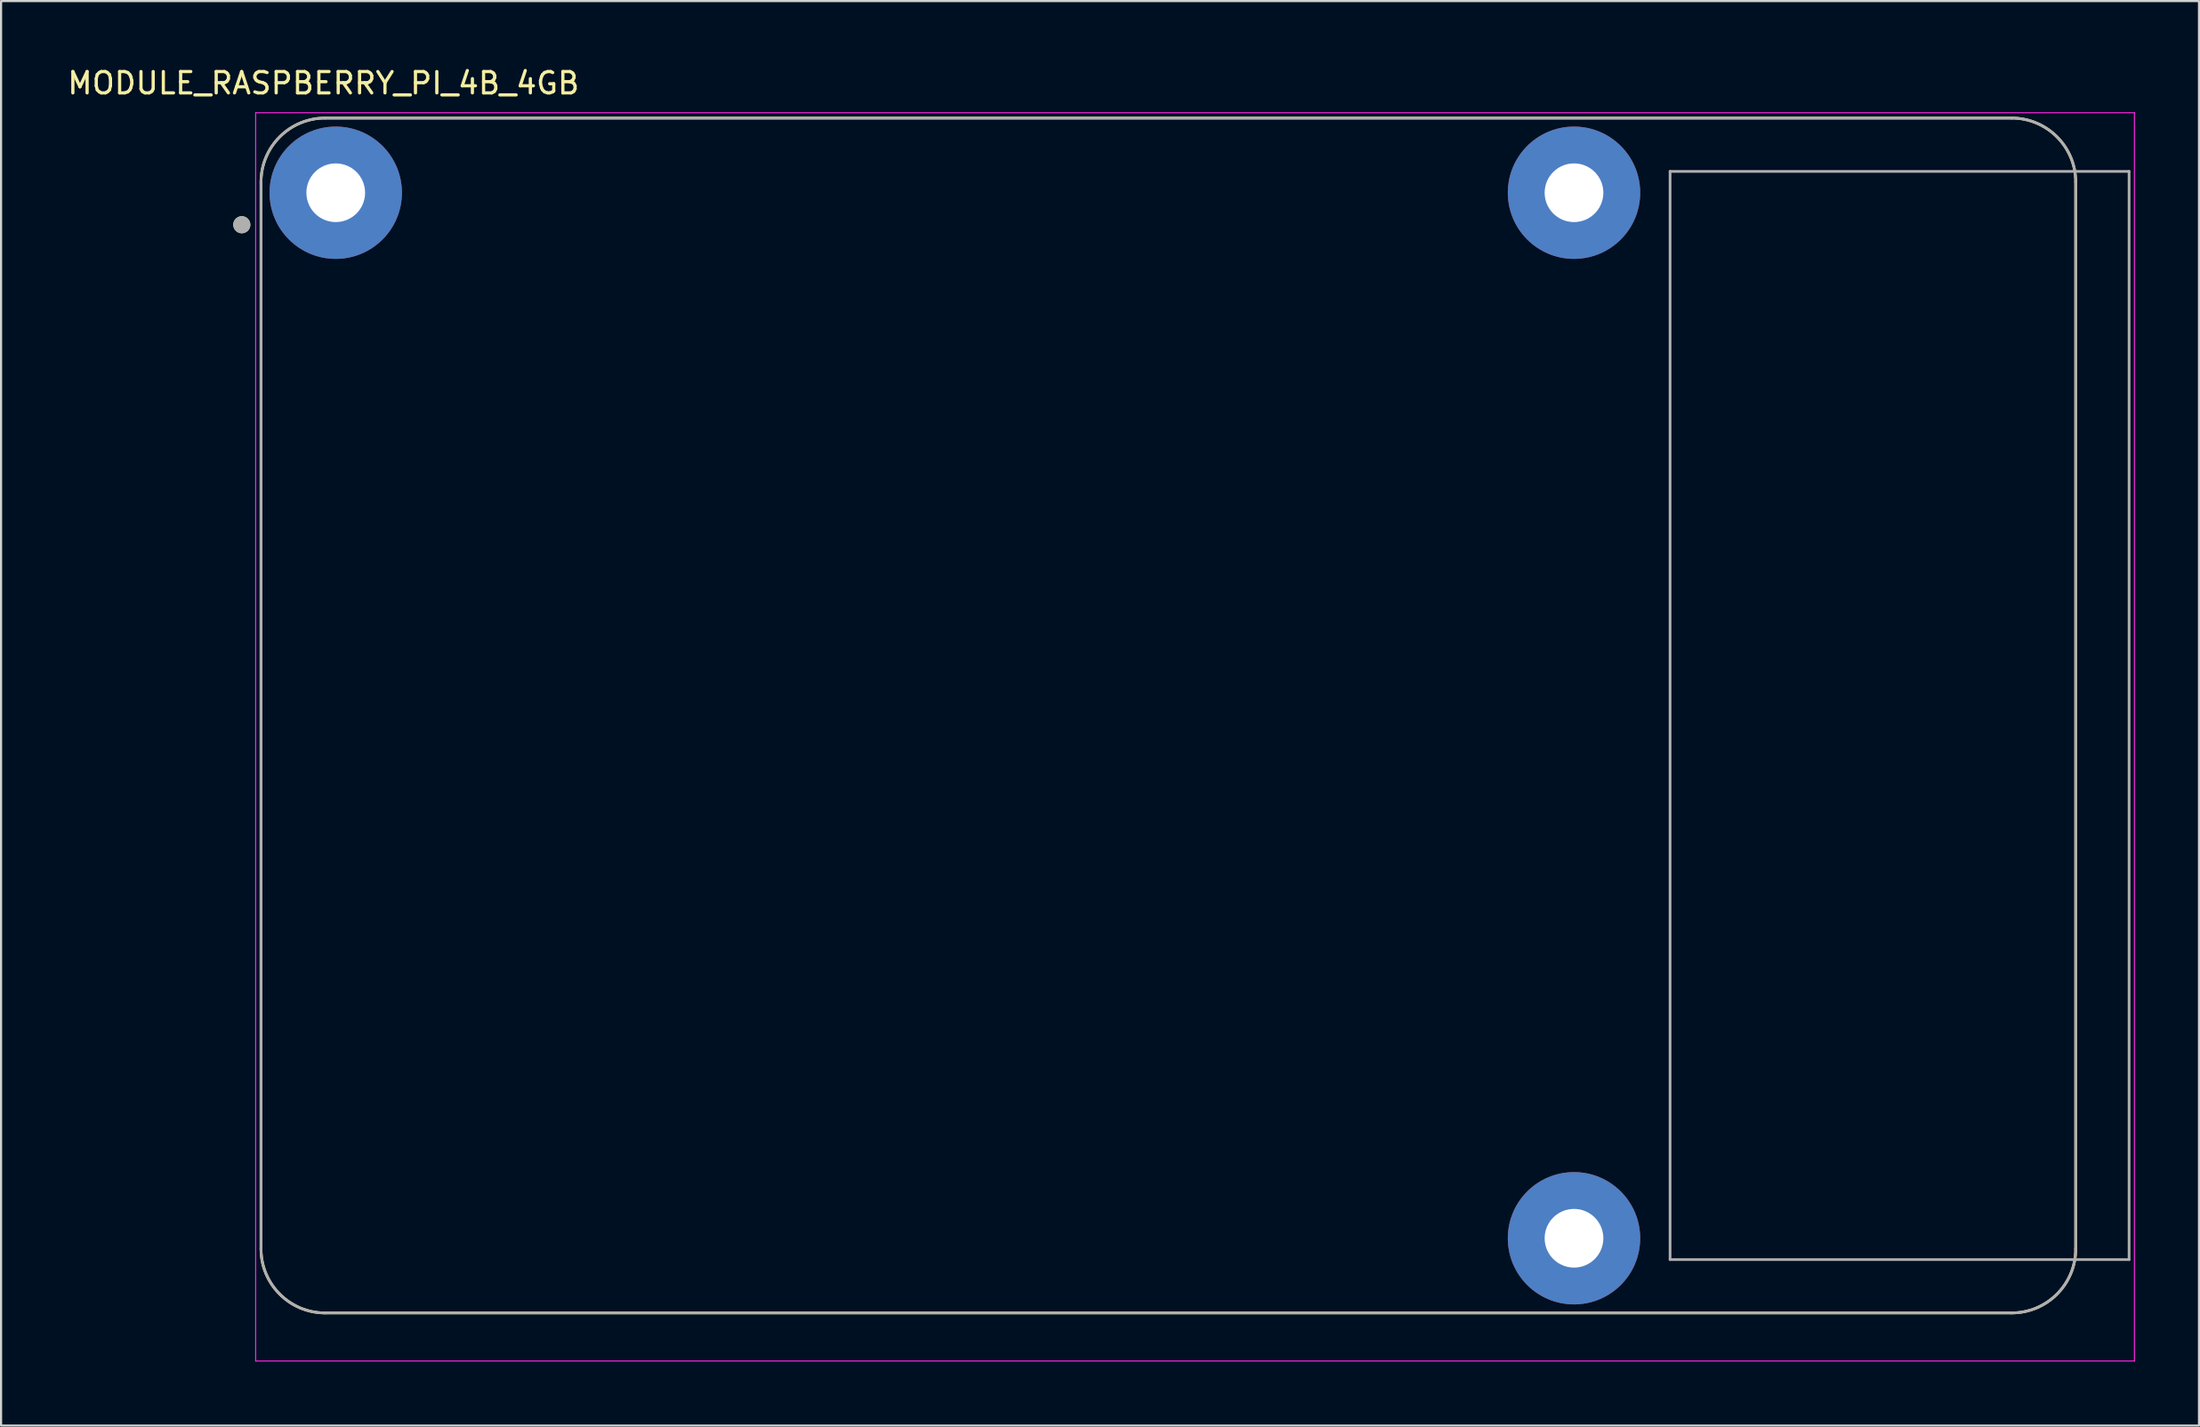
<source format=kicad_pcb>
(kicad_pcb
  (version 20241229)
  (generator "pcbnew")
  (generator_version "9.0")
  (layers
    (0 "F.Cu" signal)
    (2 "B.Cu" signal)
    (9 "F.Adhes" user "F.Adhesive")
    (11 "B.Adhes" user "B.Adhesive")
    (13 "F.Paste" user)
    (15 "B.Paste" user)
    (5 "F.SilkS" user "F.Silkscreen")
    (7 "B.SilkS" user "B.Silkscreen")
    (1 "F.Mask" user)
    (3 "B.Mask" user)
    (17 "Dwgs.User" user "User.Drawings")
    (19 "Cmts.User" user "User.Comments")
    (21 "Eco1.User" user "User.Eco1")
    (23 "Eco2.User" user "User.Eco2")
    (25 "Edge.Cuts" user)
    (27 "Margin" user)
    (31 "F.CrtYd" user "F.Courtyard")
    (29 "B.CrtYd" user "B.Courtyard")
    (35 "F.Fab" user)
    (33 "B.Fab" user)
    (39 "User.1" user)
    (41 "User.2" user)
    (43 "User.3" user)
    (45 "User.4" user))
  (footprint "MODULE_RASPBERRY_PI_4B_4GB"
    (layer "F.Cu")
    (at 51.676 30.483)
    (property "Reference" "MODULE_RASPBERRY_PI_4B_4GB" (at -39.575 -29.635 0) (layer "F.SilkS") (effects (font (size 1 1) (thickness 0.15))))
    (attr through_hole)
    (fp_line (start -42.5 -25) (end -42.5 25) (stroke (width 0.127) (type solid)) (layer "F.SilkS"))
    (fp_line (start -39.5 28) (end 39.5 28) (stroke (width 0.127) (type solid)) (layer "F.SilkS"))
    (fp_line (start 39.5 -28) (end -39.5 -28) (stroke (width 0.127) (type solid)) (layer "F.SilkS"))
    (fp_line (start 42.5 25) (end 42.5 -25) (stroke (width 0.127) (type solid)) (layer "F.SilkS"))
    (fp_arc (start -42.5 -25) (mid -41.62132 -27.12132) (end -39.5 -28) (stroke (width 0.127) (type solid)) (layer "F.SilkS"))
    (fp_arc (start -39.5 28) (mid -41.62132 27.12132) (end -42.5 25) (stroke (width 0.127) (type solid)) (layer "F.SilkS"))
    (fp_arc (start 39.5 -28) (mid 41.62132 -27.12132) (end 42.5 -25) (stroke (width 0.127) (type solid)) (layer "F.SilkS"))
    (fp_arc (start 42.5 25) (mid 41.62132 27.12132) (end 39.5 28) (stroke (width 0.127) (type solid)) (layer "F.SilkS"))
    (fp_circle (center -43.4 -23) (end -43.2 -23) (stroke (width 0.4) (type solid)) (fill no) (layer "F.SilkS"))
    (fp_line (start -42.75 -28.25) (end 45.25 -28.25) (stroke (width 0.05) (type solid)) (layer "F.CrtYd"))
    (fp_line (start -42.75 30.255) (end -42.75 -28.25) (stroke (width 0.05) (type solid)) (layer "F.CrtYd"))
    (fp_line (start 45.25 -28.25) (end 45.25 30.255) (stroke (width 0.05) (type solid)) (layer "F.CrtYd"))
    (fp_line (start 45.25 30.255) (end -42.75 30.255) (stroke (width 0.05) (type solid)) (layer "F.CrtYd"))
    (fp_line (start -42.5 -25) (end -42.5 25) (stroke (width 0.127) (type solid)) (layer "F.Fab"))
    (fp_line (start -39.5 28) (end 39.5 28) (stroke (width 0.127) (type solid)) (layer "F.Fab"))
    (fp_line (start 23.5 -25.5) (end 23.5 25.5) (stroke (width 0.127) (type solid)) (layer "F.Fab"))
    (fp_line (start 23.5 25.5) (end 45 25.5) (stroke (width 0.127) (type solid)) (layer "F.Fab"))
    (fp_line (start 39.5 -28) (end -39.5 -28) (stroke (width 0.127) (type solid)) (layer "F.Fab"))
    (fp_line (start 42.5 25) (end 42.5 -25) (stroke (width 0.127) (type solid)) (layer "F.Fab"))
    (fp_line (start 45 -25.5) (end 23.5 -25.5) (stroke (width 0.127) (type solid)) (layer "F.Fab"))
    (fp_line (start 45 25.5) (end 45 -25.5) (stroke (width 0.127) (type solid)) (layer "F.Fab"))
    (fp_arc (start -42.5 -25) (mid -41.62132 -27.12132) (end -39.5 -28) (stroke (width 0.127) (type solid)) (layer "F.Fab"))
    (fp_arc (start -39.5 28) (mid -41.62132 27.12132) (end -42.5 25) (stroke (width 0.127) (type solid)) (layer "F.Fab"))
    (fp_arc (start 39.5 -28) (mid 41.62132 -27.12132) (end 42.5 -25) (stroke (width 0.127) (type solid)) (layer "F.Fab"))
    (fp_arc (start 42.5 25) (mid 41.62132 27.12132) (end 39.5 28) (stroke (width 0.127) (type solid)) (layer "F.Fab"))
    (fp_circle (center -43.4 -23) (end -43.2 -23) (stroke (width 0.4) (type solid)) (fill no) (layer "F.Fab"))
    (pad "S1" thru_hole circle (at -39 -24.5) (size 6.2 6.2) (drill 2.75) (layers "*.Cu" "*.Mask"))
    (pad "S2" thru_hole circle (at 19 -24.5) (size 6.2 6.2) (drill 2.75) (layers "*.Cu" "*.Mask"))
    (pad "S3" thru_hole circle (at 19 24.5) (size 6.2 6.2) (drill 2.75) (layers "*.Cu" "*.Mask")))
  (gr_rect
    (start -3 -3)
    (end 99.951 63.763)
    (stroke (width 0.1) (type default))
    (fill no)
    (layer "Edge.Cuts")))
</source>
